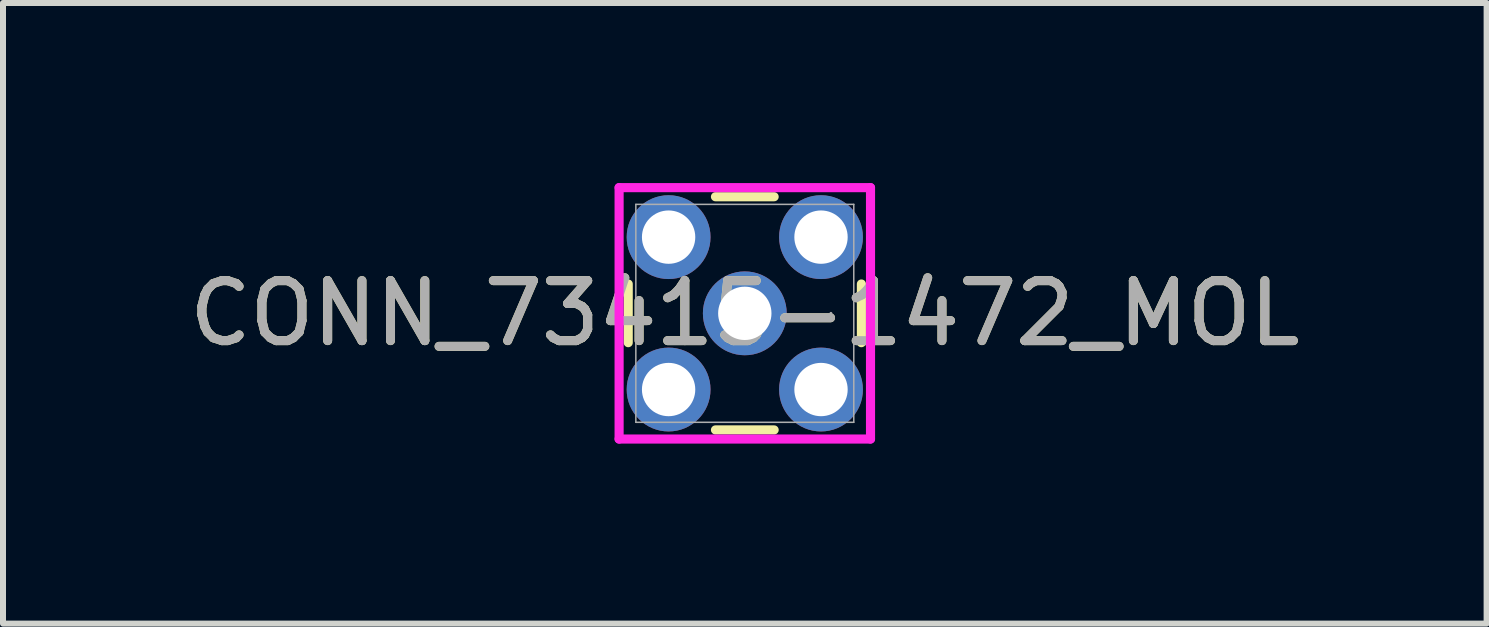
<source format=kicad_pcb>
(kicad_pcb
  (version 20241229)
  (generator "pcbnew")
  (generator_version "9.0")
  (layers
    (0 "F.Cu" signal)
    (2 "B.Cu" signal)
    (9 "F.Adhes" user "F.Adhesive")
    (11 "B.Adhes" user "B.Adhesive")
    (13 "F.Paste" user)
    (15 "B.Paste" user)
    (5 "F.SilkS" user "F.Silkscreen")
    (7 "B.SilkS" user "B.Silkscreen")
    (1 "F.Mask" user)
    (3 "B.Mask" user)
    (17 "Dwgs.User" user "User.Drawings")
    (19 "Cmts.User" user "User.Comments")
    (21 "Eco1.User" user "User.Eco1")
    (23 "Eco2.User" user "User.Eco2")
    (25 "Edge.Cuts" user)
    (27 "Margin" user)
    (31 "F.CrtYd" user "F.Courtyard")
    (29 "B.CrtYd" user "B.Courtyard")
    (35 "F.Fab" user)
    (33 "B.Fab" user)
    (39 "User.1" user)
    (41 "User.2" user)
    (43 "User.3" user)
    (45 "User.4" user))
  (footprint "CONN_73415-1472_MOL"
    (layer "F.Cu")
    (at 9.363 2.172)
    (property "Reference" "CONN_73415-1472_MOL" (at 0 0 0) (unlocked yes) (layer "F.SilkS") (effects (font (size 1 1) (thickness 0.15))))
    (attr through_hole)
    (fp_line (start -1.943 -0.489) (end -1.943 0.489) (stroke (width 0.152) (type solid)) (layer "F.SilkS"))
    (fp_line (start -0.489 1.943) (end 0.489 1.943) (stroke (width 0.152) (type solid)) (layer "F.SilkS"))
    (fp_line (start 0.489 -1.943) (end -0.489 -1.943) (stroke (width 0.152) (type solid)) (layer "F.SilkS"))
    (fp_line (start 1.943 0.489) (end 1.943 -0.489) (stroke (width 0.152) (type solid)) (layer "F.SilkS"))
    (fp_line (start -2.095 -2.095) (end 2.095 -2.095) (stroke (width 0.152) (type solid)) (layer "F.CrtYd"))
    (fp_line (start -2.095 2.095) (end -2.095 -2.095) (stroke (width 0.152) (type solid)) (layer "F.CrtYd"))
    (fp_line (start 2.095 -2.095) (end 2.095 2.095) (stroke (width 0.152) (type solid)) (layer "F.CrtYd"))
    (fp_line (start 2.095 2.095) (end -2.095 2.095) (stroke (width 0.152) (type solid)) (layer "F.CrtYd"))
    (fp_line (start -1.816 -1.816) (end -1.816 1.816) (stroke (width 0.025) (type solid)) (layer "F.Fab"))
    (fp_line (start -1.816 1.816) (end 1.816 1.816) (stroke (width 0.025) (type solid)) (layer "F.Fab"))
    (fp_line (start 1.816 -1.816) (end -1.816 -1.816) (stroke (width 0.025) (type solid)) (layer "F.Fab"))
    (fp_line (start 1.816 1.816) (end 1.816 -1.816) (stroke (width 0.025) (type solid)) (layer "F.Fab"))
    (fp_circle (center 1.435 0) (end 1.435 0) (stroke (width 0.025) (type solid)) (fill no) (layer "F.Fab"))
    (fp_text user "${REFERENCE}" (at 0 0 0) (unlocked yes) (layer "F.Fab") (effects (font (size 1 1) (thickness 0.15))))
    (pad "1" thru_hole circle (at 0 0) (size 1.397 1.397) (drill 0.889) (layers "*.Cu" "*.Mask"))
    (pad "2" thru_hole circle (at -1.27 -1.27) (size 1.397 1.397) (drill 0.889) (layers "*.Cu" "*.Mask"))
    (pad "3" thru_hole circle (at -1.27 1.27) (size 1.397 1.397) (drill 0.889) (layers "*.Cu" "*.Mask"))
    (pad "4" thru_hole circle (at 1.27 1.27) (size 1.397 1.397) (drill 0.889) (layers "*.Cu" "*.Mask"))
    (pad "5" thru_hole circle (at 1.27 -1.27) (size 1.397 1.397) (drill 0.889) (layers "*.Cu" "*.Mask")))
  (gr_rect
    (start -3 -3)
    (end 21.726 7.343)
    (stroke (width 0.1) (type default))
    (fill no)
    (layer "Edge.Cuts")))
</source>
